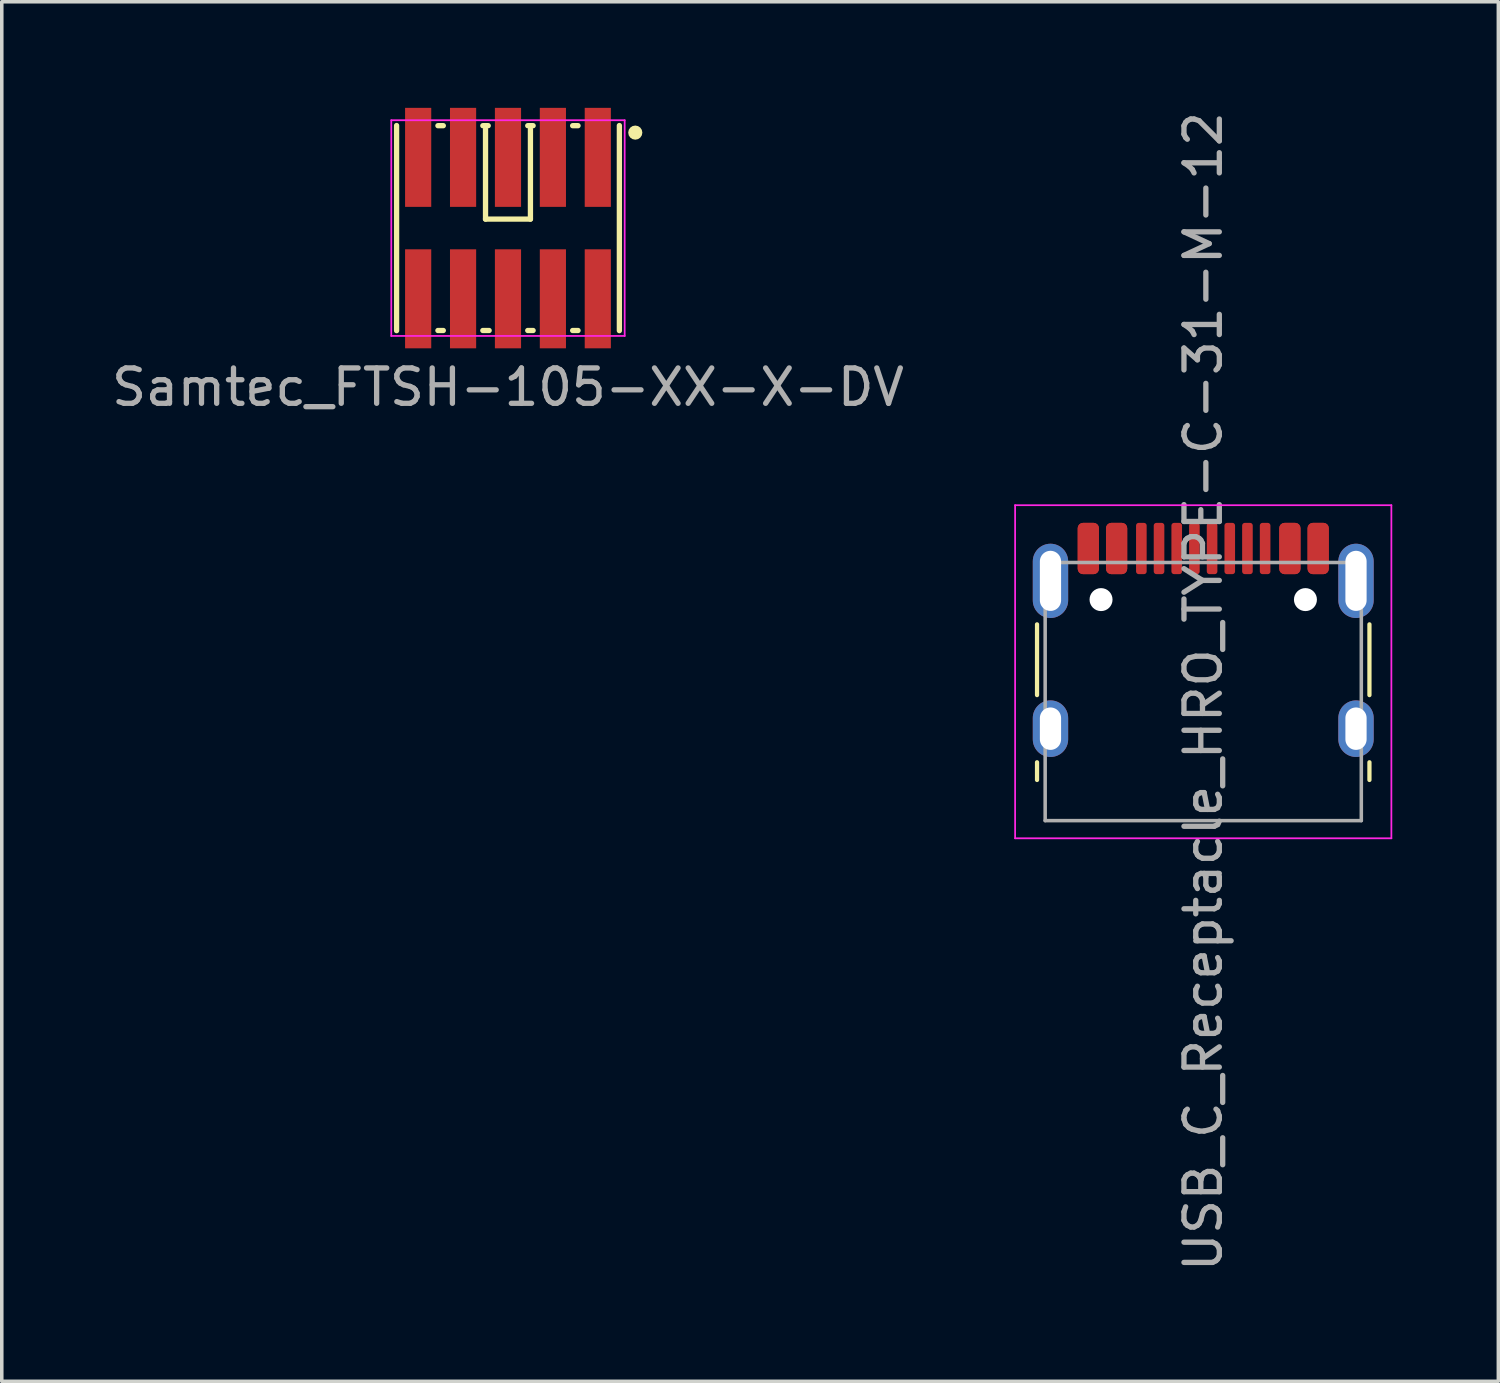
<source format=kicad_pcb>
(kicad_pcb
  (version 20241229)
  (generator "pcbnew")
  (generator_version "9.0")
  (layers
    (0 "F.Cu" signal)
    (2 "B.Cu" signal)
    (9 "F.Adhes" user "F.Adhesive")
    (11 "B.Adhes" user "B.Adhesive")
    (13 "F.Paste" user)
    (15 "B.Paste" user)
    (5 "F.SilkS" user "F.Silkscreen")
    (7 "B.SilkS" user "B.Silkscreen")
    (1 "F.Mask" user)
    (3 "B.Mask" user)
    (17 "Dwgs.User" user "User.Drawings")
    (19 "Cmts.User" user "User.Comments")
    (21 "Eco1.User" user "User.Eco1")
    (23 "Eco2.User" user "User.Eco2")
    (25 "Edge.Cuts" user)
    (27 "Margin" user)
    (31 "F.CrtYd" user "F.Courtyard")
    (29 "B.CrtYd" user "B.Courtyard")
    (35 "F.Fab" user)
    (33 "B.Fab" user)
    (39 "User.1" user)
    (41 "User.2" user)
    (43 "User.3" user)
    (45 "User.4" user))
  (footprint "Samtec_FTSH-105-XX-X-DV"
    (layer "F.Cu")
    (at 11.315 3.4)
    (property "Reference" "Samtec_FTSH-105-XX-X-DV" (at 0 4.5 0) (layer "F.Fab") (effects (font (size 1 1) (thickness 0.15))))
    (attr smd)
    (fp_line (start -3.15 2.9) (end -3.15 -2.9) (stroke (width 0.15) (type solid)) (layer "F.SilkS"))
    (fp_line (start -1.981 2.896) (end -1.829 2.896) (stroke (width 0.15) (type solid)) (layer "F.SilkS"))
    (fp_line (start -1.829 -2.896) (end -1.981 -2.896) (stroke (width 0.15) (type solid)) (layer "F.SilkS"))
    (fp_line (start -0.711 2.896) (end -0.533 2.896) (stroke (width 0.15) (type solid)) (layer "F.SilkS"))
    (fp_line (start -0.635 -0.254) (end -0.635 -2.794) (stroke (width 0.15) (type solid)) (layer "F.SilkS"))
    (fp_line (start -0.559 -2.896) (end -0.711 -2.896) (stroke (width 0.15) (type solid)) (layer "F.SilkS"))
    (fp_line (start 0.559 2.896) (end 0.711 2.896) (stroke (width 0.15) (type solid)) (layer "F.SilkS"))
    (fp_line (start 0.635 -2.794) (end 0.635 -0.254) (stroke (width 0.15) (type solid)) (layer "F.SilkS"))
    (fp_line (start 0.635 -0.254) (end -0.635 -0.254) (stroke (width 0.15) (type solid)) (layer "F.SilkS"))
    (fp_line (start 0.711 -2.896) (end 0.559 -2.896) (stroke (width 0.15) (type solid)) (layer "F.SilkS"))
    (fp_line (start 1.829 2.896) (end 1.981 2.896) (stroke (width 0.15) (type solid)) (layer "F.SilkS"))
    (fp_line (start 1.981 -2.896) (end 1.829 -2.896) (stroke (width 0.15) (type solid)) (layer "F.SilkS"))
    (fp_line (start 3.15 2.9) (end 3.15 -2.9) (stroke (width 0.15) (type solid)) (layer "F.SilkS"))
    (fp_circle (center 3.6 -2.7) (end 3.7 -2.7) (stroke (width 0.2) (type solid)) (fill no) (layer "F.SilkS"))
    (fp_line (start -3.3 -3.05) (end 3.3 -3.05) (stroke (width 0.05) (type solid)) (layer "F.CrtYd"))
    (fp_line (start -3.3 3.05) (end -3.3 -3.05) (stroke (width 0.05) (type solid)) (layer "F.CrtYd"))
    (fp_line (start 3.3 -3.05) (end 3.3 3.05) (stroke (width 0.05) (type solid)) (layer "F.CrtYd"))
    (fp_line (start 3.3 3.05) (end -3.3 3.05) (stroke (width 0.05) (type solid)) (layer "F.CrtYd"))
    (pad "1" smd rect (at 2.54 -2 180) (size 0.74 2.8) (layers "F.Cu" "F.Mask" "F.Paste"))
    (pad "2" smd rect (at 2.54 2 180) (size 0.74 2.8) (layers "F.Cu" "F.Mask" "F.Paste"))
    (pad "3" smd rect (at 1.27 -2 180) (size 0.74 2.8) (layers "F.Cu" "F.Mask" "F.Paste"))
    (pad "4" smd rect (at 1.27 2 180) (size 0.74 2.8) (layers "F.Cu" "F.Mask" "F.Paste"))
    (pad "5" smd rect (at 0 -2 180) (size 0.74 2.8) (layers "F.Cu" "F.Mask" "F.Paste"))
    (pad "6" smd rect (at 0 2 180) (size 0.74 2.8) (layers "F.Cu" "F.Mask" "F.Paste"))
    (pad "7" smd rect (at -1.27 -2 180) (size 0.74 2.8) (layers "F.Cu" "F.Mask" "F.Paste"))
    (pad "8" smd rect (at -1.27 2 180) (size 0.74 2.8) (layers "F.Cu" "F.Mask" "F.Paste"))
    (pad "9" smd rect (at -2.54 -2 180) (size 0.74 2.8) (layers "F.Cu" "F.Mask" "F.Paste"))
    (pad "10" smd rect (at -2.54 2 180) (size 0.74 2.8) (layers "F.Cu" "F.Mask" "F.Paste")))
  (footprint "USB_C_Receptacle_HRO_TYPE-C-31-M-12"
    (layer "F.Cu")
    (at 30.976 16.506)
    (property "Reference" "USB_C_Receptacle_HRO_TYPE-C-31-M-12" (at 0 0 90) (layer "F.Fab") (effects (font (size 1 1) (thickness 0.15))))
    (attr smd)
    (fp_line (start -4.7 -1.9) (end -4.7 0.1) (stroke (width 0.12) (type solid)) (layer "F.SilkS"))
    (fp_line (start -4.7 2) (end -4.7 2.5) (stroke (width 0.12) (type solid)) (layer "F.SilkS"))
    (fp_line (start 4.7 -1.9) (end 4.7 0.1) (stroke (width 0.12) (type solid)) (layer "F.SilkS"))
    (fp_line (start 4.7 2) (end 4.7 2.5) (stroke (width 0.12) (type solid)) (layer "F.SilkS"))
    (fp_line (start -5.32 -5.27) (end -5.32 4.15) (stroke (width 0.05) (type solid)) (layer "F.CrtYd"))
    (fp_line (start -5.32 -5.27) (end 5.32 -5.27) (stroke (width 0.05) (type solid)) (layer "F.CrtYd"))
    (fp_line (start -5.32 4.15) (end 5.32 4.15) (stroke (width 0.05) (type solid)) (layer "F.CrtYd"))
    (fp_line (start 5.32 -5.27) (end 5.32 4.15) (stroke (width 0.05) (type solid)) (layer "F.CrtYd"))
    (fp_line (start -4.47 -3.65) (end -4.47 3.65) (stroke (width 0.1) (type solid)) (layer "F.Fab"))
    (fp_line (start -4.47 -3.65) (end 4.47 -3.65) (stroke (width 0.1) (type solid)) (layer "F.Fab"))
    (fp_line (start -4.47 3.65) (end 4.47 3.65) (stroke (width 0.1) (type solid)) (layer "F.Fab"))
    (fp_line (start 4.47 -3.65) (end 4.47 3.65) (stroke (width 0.1) (type solid)) (layer "F.Fab"))
    (pad "" np_thru_hole circle (at -2.89 -2.6) (size 0.65 0.65) (drill 0.65) (layers "*.Cu" "*.Mask"))
    (pad "" np_thru_hole circle (at 2.89 -2.6) (size 0.65 0.65) (drill 0.65) (layers "*.Cu" "*.Mask"))
    (pad "A1" smd roundrect (at -3.25 -4.045) (size 0.6 1.45) (layers "F.Cu" "F.Mask" "F.Paste") (roundrect_rratio 0.25))
    (pad "A4" smd roundrect (at -2.45 -4.045) (size 0.6 1.45) (layers "F.Cu" "F.Mask" "F.Paste") (roundrect_rratio 0.25))
    (pad "A5" smd roundrect (at -1.25 -4.045) (size 0.3 1.45) (layers "F.Cu" "F.Mask" "F.Paste") (roundrect_rratio 0.25))
    (pad "A6" smd roundrect (at -0.25 -4.045) (size 0.3 1.45) (layers "F.Cu" "F.Mask" "F.Paste") (roundrect_rratio 0.25))
    (pad "A7" smd roundrect (at 0.25 -4.045) (size 0.3 1.45) (layers "F.Cu" "F.Mask" "F.Paste") (roundrect_rratio 0.25))
    (pad "A8" smd roundrect (at 1.25 -4.045) (size 0.3 1.45) (layers "F.Cu" "F.Mask" "F.Paste") (roundrect_rratio 0.25))
    (pad "A9" smd roundrect (at 2.45 -4.045) (size 0.6 1.45) (layers "F.Cu" "F.Mask" "F.Paste") (roundrect_rratio 0.25))
    (pad "A12" smd roundrect (at 3.25 -4.045) (size 0.6 1.45) (layers "F.Cu" "F.Mask" "F.Paste") (roundrect_rratio 0.25))
    (pad "B1" smd roundrect (at 3.25 -4.045) (size 0.6 1.45) (layers "F.Cu" "F.Mask" "F.Paste") (roundrect_rratio 0.25))
    (pad "B4" smd roundrect (at 2.45 -4.045) (size 0.6 1.45) (layers "F.Cu" "F.Mask" "F.Paste") (roundrect_rratio 0.25))
    (pad "B5" smd roundrect (at 1.75 -4.045) (size 0.3 1.45) (layers "F.Cu" "F.Mask" "F.Paste") (roundrect_rratio 0.25))
    (pad "B6" smd roundrect (at 0.75 -4.045) (size 0.3 1.45) (layers "F.Cu" "F.Mask" "F.Paste") (roundrect_rratio 0.25))
    (pad "B7" smd roundrect (at -0.75 -4.045) (size 0.3 1.45) (layers "F.Cu" "F.Mask" "F.Paste") (roundrect_rratio 0.25))
    (pad "B8" smd roundrect (at -1.75 -4.045) (size 0.3 1.45) (layers "F.Cu" "F.Mask" "F.Paste") (roundrect_rratio 0.25))
    (pad "B9" smd roundrect (at -2.45 -4.045) (size 0.6 1.45) (layers "F.Cu" "F.Mask" "F.Paste") (roundrect_rratio 0.25))
    (pad "B12" smd roundrect (at -3.25 -4.045) (size 0.6 1.45) (layers "F.Cu" "F.Mask" "F.Paste") (roundrect_rratio 0.25))
    (pad "S1" thru_hole oval (at -4.32 -3.13) (size 1 2.1) (drill oval 0.6 1.7) (layers "*.Cu" "*.Mask"))
    (pad "S1" thru_hole oval (at -4.32 1.05) (size 1 1.6) (drill oval 0.6 1.2) (layers "*.Cu" "*.Mask"))
    (pad "S1" thru_hole oval (at 4.32 -3.13) (size 1 2.1) (drill oval 0.6 1.7) (layers "*.Cu" "*.Mask"))
    (pad "S1" thru_hole oval (at 4.32 1.05) (size 1 1.6) (drill oval 0.6 1.2) (layers "*.Cu" "*.Mask")))
  (gr_rect
    (start -3 -3)
    (end 39.321 36.012)
    (stroke (width 0.1) (type default))
    (fill no)
    (layer "Edge.Cuts")))
</source>
